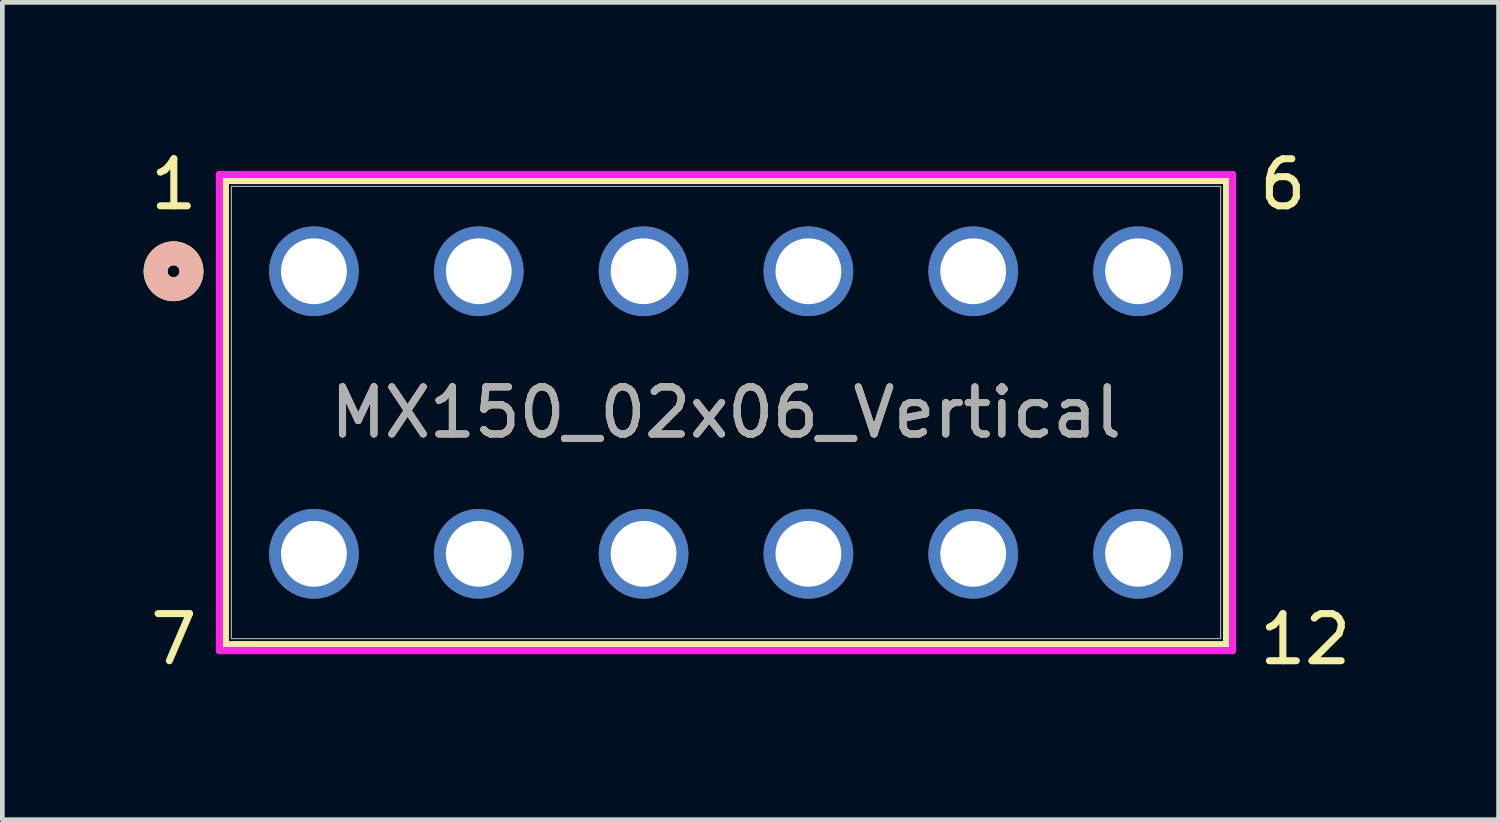
<source format=kicad_pcb>
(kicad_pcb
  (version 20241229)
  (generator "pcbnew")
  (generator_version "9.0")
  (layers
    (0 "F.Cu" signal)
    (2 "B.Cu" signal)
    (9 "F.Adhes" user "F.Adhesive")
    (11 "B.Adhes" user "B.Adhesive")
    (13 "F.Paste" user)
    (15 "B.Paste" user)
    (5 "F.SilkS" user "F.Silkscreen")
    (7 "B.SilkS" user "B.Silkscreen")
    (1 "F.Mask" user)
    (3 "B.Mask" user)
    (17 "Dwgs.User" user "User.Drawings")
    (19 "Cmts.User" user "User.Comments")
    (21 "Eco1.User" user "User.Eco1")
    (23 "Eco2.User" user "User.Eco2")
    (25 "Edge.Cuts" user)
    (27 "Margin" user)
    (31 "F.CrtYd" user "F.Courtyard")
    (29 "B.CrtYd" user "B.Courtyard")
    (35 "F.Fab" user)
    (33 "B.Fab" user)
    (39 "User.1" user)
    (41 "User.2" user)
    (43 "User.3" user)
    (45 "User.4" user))
  (footprint "MX150_02x06_Vertical"
    (layer "F.Cu")
    (at 3.616 2.71)
    (property "Reference" "MX150_02x06_Vertical" (at 8.75 3 0) (unlocked yes) (layer "F.SilkS") (effects (font (size 1 1) (thickness 0.15))))
    (attr through_hole)
    (fp_line (start -1.88 -1.928) (end -1.88 7.928) (stroke (width 0.152) (type solid)) (layer "F.SilkS"))
    (fp_line (start -1.88 7.928) (end 19.38 7.928) (stroke (width 0.152) (type solid)) (layer "F.SilkS"))
    (fp_line (start 19.38 -1.928) (end -1.88 -1.928) (stroke (width 0.152) (type solid)) (layer "F.SilkS"))
    (fp_line (start 19.38 7.928) (end 19.38 -1.928) (stroke (width 0.152) (type solid)) (layer "F.SilkS"))
    (fp_circle (center -2.981 0) (end -2.6 0) (stroke (width 0.508) (type solid)) (fill no) (layer "F.SilkS"))
    (fp_circle (center -2.981 0) (end -2.6 0) (stroke (width 0.508) (type solid)) (fill no) (layer "B.SilkS"))
    (fp_line (start -2.007 -2.055) (end -2.007 8.055) (stroke (width 0.152) (type solid)) (layer "F.CrtYd"))
    (fp_line (start -2.007 8.055) (end 19.507 8.055) (stroke (width 0.152) (type solid)) (layer "F.CrtYd"))
    (fp_line (start 19.507 -2.055) (end -2.007 -2.055) (stroke (width 0.152) (type solid)) (layer "F.CrtYd"))
    (fp_line (start 19.507 8.055) (end 19.507 -2.055) (stroke (width 0.152) (type solid)) (layer "F.CrtYd"))
    (fp_line (start -1.753 -1.801) (end -1.753 7.801) (stroke (width 0.025) (type solid)) (layer "F.Fab"))
    (fp_line (start -1.753 7.801) (end 19.253 7.801) (stroke (width 0.025) (type solid)) (layer "F.Fab"))
    (fp_line (start 19.253 -1.801) (end -1.753 -1.801) (stroke (width 0.025) (type solid)) (layer "F.Fab"))
    (fp_line (start 19.253 7.801) (end 19.253 -1.801) (stroke (width 0.025) (type solid)) (layer "F.Fab"))
    (fp_circle (center 0 0) (end 0.381 0) (stroke (width 0.508) (type solid)) (fill no) (layer "F.Fab"))
    (fp_text user "6\n\n\n\n\n\n12" (at 20 8.4 0) (unlocked yes) (layer "F.SilkS") (effects (font (size 1 1) (thickness 0.15)) (justify left bottom)))
    (fp_text user "1\n\n\n\n\n\n7" (at -2.4 8.4 0) (unlocked yes) (layer "F.SilkS") (effects (font (size 1 1) (thickness 0.15)) (justify right bottom)))
    (fp_text user "${REFERENCE}" (at 8.75 3 0) (unlocked yes) (layer "F.Fab") (effects (font (size 1 1) (thickness 0.15))))
    (pad "1" thru_hole circle (at 0 0) (size 1.905 1.905) (drill 1.397) (layers "*.Cu" "*.Mask"))
    (pad "2" thru_hole circle (at 3.5 0) (size 1.905 1.905) (drill 1.397) (layers "*.Cu" "*.Mask"))
    (pad "3" thru_hole circle (at 7 0) (size 1.905 1.905) (drill 1.397) (layers "*.Cu" "*.Mask"))
    (pad "4" thru_hole circle (at 10.5 0) (size 1.905 1.905) (drill 1.397) (layers "*.Cu" "*.Mask"))
    (pad "5" thru_hole circle (at 14 0) (size 1.905 1.905) (drill 1.397) (layers "*.Cu" "*.Mask"))
    (pad "6" thru_hole circle (at 17.5 0) (size 1.905 1.905) (drill 1.397) (layers "*.Cu" "*.Mask"))
    (pad "7" thru_hole circle (at 0 6) (size 1.905 1.905) (drill 1.397) (layers "*.Cu" "*.Mask"))
    (pad "8" thru_hole circle (at 3.5 6) (size 1.905 1.905) (drill 1.397) (layers "*.Cu" "*.Mask"))
    (pad "9" thru_hole circle (at 7 6) (size 1.905 1.905) (drill 1.397) (layers "*.Cu" "*.Mask"))
    (pad "10" thru_hole circle (at 10.5 6) (size 1.905 1.905) (drill 1.397) (layers "*.Cu" "*.Mask"))
    (pad "11" thru_hole circle (at 14 6) (size 1.905 1.905) (drill 1.397) (layers "*.Cu" "*.Mask"))
    (pad "12" thru_hole circle (at 17.5 6) (size 1.905 1.905) (drill 1.397) (layers "*.Cu" "*.Mask")))
  (gr_rect
    (start -3 -3)
    (end 28.771 14.356)
    (stroke (width 0.1) (type default))
    (fill no)
    (layer "Edge.Cuts")))
</source>
